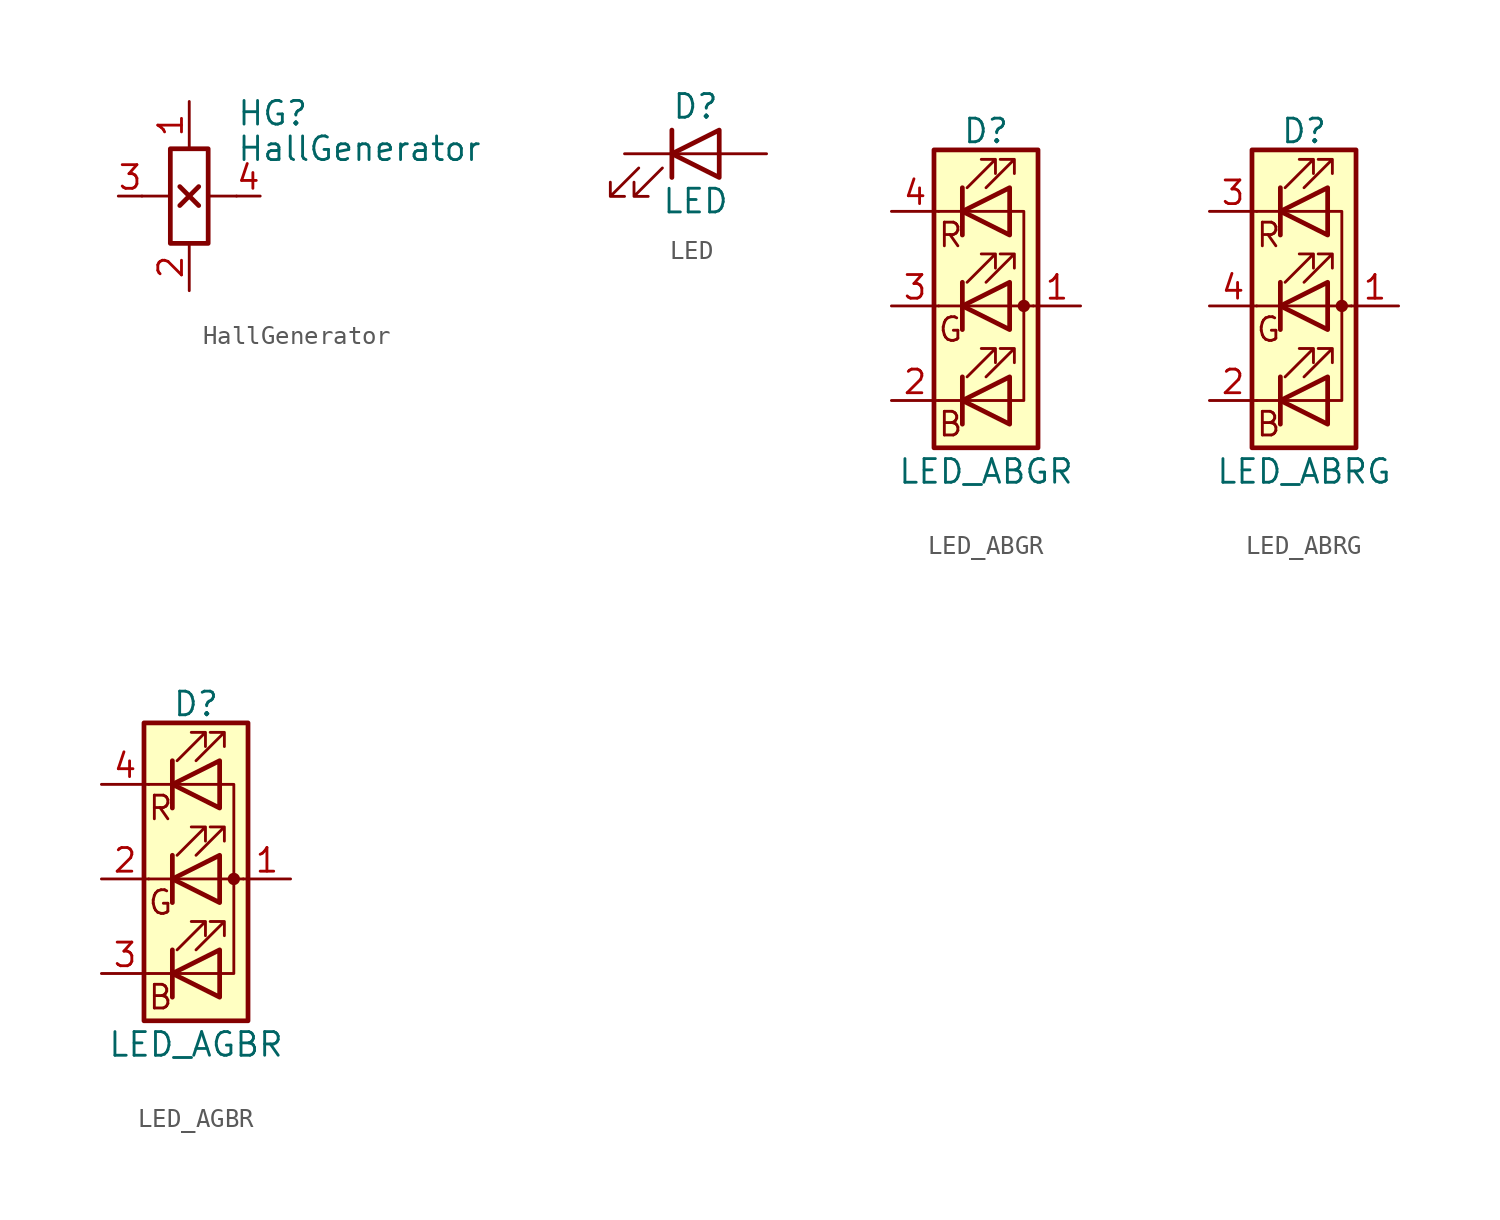
<source format=kicad_sym>
(kicad_symbol_lib
  (version 20201005)
  (generator kicad_symbol_editor)
  (symbol "HallGenerator"
    (pin_names
      (offset 0) hide)
    (property "Reference" "HG"
      (at 2.54 4.445 0)
      (effects (font (size 1.27 1.27)) (justify left)))
    (property "Value" "HallGenerator"
      (at 2.54 2.54 0)
      (effects (font (size 1.27 1.27)) (justify left)))
    (symbol "HallGenerator_0_1"
      (rectangle (start -1.016 2.54) (end 1.016 -2.54) (stroke (width 0.254)) (fill (type none)))
      (polyline (pts (xy -1.016 0) (xy -2.54 0)) (stroke (width 0)) (fill (type none)))
      (polyline (pts (xy -0.508 -0.508) (xy 0.508 0.508)) (stroke (width 0.254)) (fill (type none)))
      (polyline (pts (xy -0.508 0.508) (xy 0.508 -0.508)) (stroke (width 0.254)) (fill (type none)))
      (polyline (pts (xy 1.016 0) (xy 2.54 0)) (stroke (width 0)) (fill (type none))))
    (symbol "HallGenerator_1_1"
      (pin passive line (at 0 5.08 270) (length 2.54) (name "U1" (effects (font (size 1.27 1.27)))) (number "1" (effects (font (size 1.27 1.27)))))
      (pin passive line (at 0 -5.08 90) (length 2.54) (name "U2" (effects (font (size 1.27 1.27)))) (number "2" (effects (font (size 1.27 1.27)))))
      (pin passive line (at -3.81 0 0) (length 1.27) (name "UH1" (effects (font (size 1.27 1.27)))) (number "3" (effects (font (size 1.27 1.27)))))
      (pin passive line (at 3.81 0 180) (length 1.27) (name "UH2" (effects (font (size 1.27 1.27)))) (number "4" (effects (font (size 1.27 1.27)))))))
  (symbol "LED"
    (pin_numbers hide)
    (pin_names
      (offset 1.016) hide)
    (property "Reference" "D"
      (at 0 2.54 0)
      (effects (font (size 1.27 1.27))))
    (property "Value" "LED"
      (at 0 -2.54 0)
      (effects (font (size 1.27 1.27))))
    (symbol "LED_0_1"
      (polyline (pts (xy -1.27 -1.27) (xy -1.27 1.27)) (stroke (width 0.254)) (fill (type none)))
      (polyline (pts (xy -1.27 0) (xy 1.27 0)) (stroke (width 0)) (fill (type none)))
      (polyline (pts (xy 1.27 -1.27) (xy 1.27 1.27) (xy -1.27 0) (xy 1.27 -1.27)) (stroke (width 0.254)) (fill (type none)))
      (polyline (pts (xy -3.048 -0.762) (xy -4.572 -2.286) (xy -3.81 -2.286) (xy -4.572 -2.286) (xy -4.572 -1.524)) (stroke (width 0)) (fill (type none)))
      (polyline (pts (xy -1.778 -0.762) (xy -3.302 -2.286) (xy -2.54 -2.286) (xy -3.302 -2.286) (xy -3.302 -1.524)) (stroke (width 0)) (fill (type none))))
    (symbol "LED_1_1"
      (pin passive line (at -3.81 0 0) (length 2.54) (name "K" (effects (font (size 1.27 1.27)))) (number "1" (effects (font (size 1.27 1.27)))))
      (pin passive line (at 3.81 0 180) (length 2.54) (name "A" (effects (font (size 1.27 1.27)))) (number "2" (effects (font (size 1.27 1.27)))))))
  (symbol "LED_ABGR"
    (pin_names
      (offset 0) hide)
    (property "Reference" "D"
      (at 0 9.398 0)
      (effects (font (size 1.27 1.27))))
    (property "Value" "LED_ABGR"
      (at 0 -8.89 0)
      (effects (font (size 1.27 1.27))))
    (symbol "LED_ABGR_0_0"
      (text "B" (at -1.905 -6.35 0) (effects (font (size 1.27 1.27))))
      (text "G" (at -1.905 -1.27 0) (effects (font (size 1.27 1.27))))
      (text "R" (at -1.905 3.81 0) (effects (font (size 1.27 1.27)))))
    (symbol "LED_ABGR_0_1"
      (circle (center 2.032 0) (radius 0.254) (stroke (width 0)) (fill (type outline)))
      (rectangle (start 1.27 -1.27) (end 1.27 1.27) (stroke (width 0)) (fill (type none)))
      (rectangle (start 1.27 1.27) (end 1.27 1.27) (stroke (width 0)) (fill (type none)))
      (rectangle (start 1.27 3.81) (end 1.27 6.35) (stroke (width 0)) (fill (type none)))
      (rectangle (start 1.27 6.35) (end 1.27 6.35) (stroke (width 0)) (fill (type none)))
      (rectangle (start 2.794 8.382) (end -2.794 -7.62) (stroke (width 0.254)) (fill (type background)))
      (polyline (pts (xy -1.27 -5.08) (xy -2.54 -5.08)) (stroke (width 0)) (fill (type none)))
      (polyline (pts (xy -1.27 -5.08) (xy 1.27 -5.08)) (stroke (width 0)) (fill (type none)))
      (polyline (pts (xy -1.27 -3.81) (xy -1.27 -6.35)) (stroke (width 0.254)) (fill (type none)))
      (polyline (pts (xy -1.27 0) (xy -2.54 0)) (stroke (width 0)) (fill (type none)))
      (polyline (pts (xy -1.27 1.27) (xy -1.27 -1.27)) (stroke (width 0.254)) (fill (type none)))
      (polyline (pts (xy -1.27 5.08) (xy -2.54 5.08)) (stroke (width 0)) (fill (type none)))
      (polyline (pts (xy -1.27 5.08) (xy 1.27 5.08)) (stroke (width 0)) (fill (type none)))
      (polyline (pts (xy -1.27 6.35) (xy -1.27 3.81)) (stroke (width 0.254)) (fill (type none)))
      (polyline (pts (xy 1.27 0) (xy -1.27 0)) (stroke (width 0)) (fill (type none)))
      (polyline (pts (xy 1.27 0) (xy 2.54 0)) (stroke (width 0)) (fill (type none)))
      (polyline (pts (xy -1.27 1.27) (xy -1.27 -1.27) (xy -1.27 -1.27)) (stroke (width 0)) (fill (type none)))
      (polyline (pts (xy -1.27 6.35) (xy -1.27 3.81) (xy -1.27 3.81)) (stroke (width 0)) (fill (type none)))
      (polyline (pts (xy 1.27 -5.08) (xy 2.032 -5.08) (xy 2.032 5.08) (xy 1.27 5.08)) (stroke (width 0)) (fill (type none)))
      (polyline (pts (xy 1.27 -3.81) (xy 1.27 -6.35) (xy -1.27 -5.08) (xy 1.27 -3.81)) (stroke (width 0.254)) (fill (type none)))
      (polyline (pts (xy 1.27 1.27) (xy 1.27 -1.27) (xy -1.27 0) (xy 1.27 1.27)) (stroke (width 0.254)) (fill (type none)))
      (polyline (pts (xy 1.27 6.35) (xy 1.27 3.81) (xy -1.27 5.08) (xy 1.27 6.35)) (stroke (width 0.254)) (fill (type none)))
      (polyline (pts (xy -1.016 -3.81) (xy 0.508 -2.286) (xy -0.254 -2.286) (xy 0.508 -2.286) (xy 0.508 -3.048)) (stroke (width 0)) (fill (type none)))
      (polyline (pts (xy -1.016 1.27) (xy 0.508 2.794) (xy -0.254 2.794) (xy 0.508 2.794) (xy 0.508 2.032)) (stroke (width 0)) (fill (type none)))
      (polyline (pts (xy -1.016 6.35) (xy 0.508 7.874) (xy -0.254 7.874) (xy 0.508 7.874) (xy 0.508 7.112)) (stroke (width 0)) (fill (type none)))
      (polyline (pts (xy 0 -3.81) (xy 1.524 -2.286) (xy 0.762 -2.286) (xy 1.524 -2.286) (xy 1.524 -3.048)) (stroke (width 0)) (fill (type none)))
      (polyline (pts (xy 0 1.27) (xy 1.524 2.794) (xy 0.762 2.794) (xy 1.524 2.794) (xy 1.524 2.032)) (stroke (width 0)) (fill (type none)))
      (polyline (pts (xy 0 6.35) (xy 1.524 7.874) (xy 0.762 7.874) (xy 1.524 7.874) (xy 1.524 7.112)) (stroke (width 0)) (fill (type none))))
    (symbol "LED_ABGR_1_1"
      (pin passive line (at 5.08 0 180) (length 2.54) (name "A" (effects (font (size 1.27 1.27)))) (number "1" (effects (font (size 1.27 1.27)))))
      (pin passive line (at -5.08 -5.08 0) (length 2.54) (name "BK" (effects (font (size 1.27 1.27)))) (number "2" (effects (font (size 1.27 1.27)))))
      (pin passive line (at -5.08 0 0) (length 2.54) (name "GK" (effects (font (size 1.27 1.27)))) (number "3" (effects (font (size 1.27 1.27)))))
      (pin passive line (at -5.08 5.08 0) (length 2.54) (name "RK" (effects (font (size 1.27 1.27)))) (number "4" (effects (font (size 1.27 1.27)))))))
  (symbol "LED_ABRG"
    (pin_names
      (offset 0) hide)
    (property "Reference" "D"
      (at 0 9.398 0)
      (effects (font (size 1.27 1.27))))
    (property "Value" "LED_ABRG"
      (at 0 -8.89 0)
      (effects (font (size 1.27 1.27))))
    (symbol "LED_ABRG_0_0"
      (text "B" (at -1.905 -6.35 0) (effects (font (size 1.27 1.27))))
      (text "G" (at -1.905 -1.27 0) (effects (font (size 1.27 1.27))))
      (text "R" (at -1.905 3.81 0) (effects (font (size 1.27 1.27)))))
    (symbol "LED_ABRG_0_1"
      (circle (center 2.032 0) (radius 0.254) (stroke (width 0)) (fill (type outline)))
      (rectangle (start 1.27 -1.27) (end 1.27 1.27) (stroke (width 0)) (fill (type none)))
      (rectangle (start 1.27 1.27) (end 1.27 1.27) (stroke (width 0)) (fill (type none)))
      (rectangle (start 1.27 3.81) (end 1.27 6.35) (stroke (width 0)) (fill (type none)))
      (rectangle (start 1.27 6.35) (end 1.27 6.35) (stroke (width 0)) (fill (type none)))
      (rectangle (start 2.794 8.382) (end -2.794 -7.62) (stroke (width 0.254)) (fill (type background)))
      (polyline (pts (xy -1.27 -5.08) (xy -2.54 -5.08)) (stroke (width 0)) (fill (type none)))
      (polyline (pts (xy -1.27 -5.08) (xy 1.27 -5.08)) (stroke (width 0)) (fill (type none)))
      (polyline (pts (xy -1.27 -3.81) (xy -1.27 -6.35)) (stroke (width 0.254)) (fill (type none)))
      (polyline (pts (xy -1.27 0) (xy -2.54 0)) (stroke (width 0)) (fill (type none)))
      (polyline (pts (xy -1.27 1.27) (xy -1.27 -1.27)) (stroke (width 0.254)) (fill (type none)))
      (polyline (pts (xy -1.27 5.08) (xy -2.54 5.08)) (stroke (width 0)) (fill (type none)))
      (polyline (pts (xy -1.27 5.08) (xy 1.27 5.08)) (stroke (width 0)) (fill (type none)))
      (polyline (pts (xy -1.27 6.35) (xy -1.27 3.81)) (stroke (width 0.254)) (fill (type none)))
      (polyline (pts (xy 1.27 0) (xy -1.27 0)) (stroke (width 0)) (fill (type none)))
      (polyline (pts (xy 1.27 0) (xy 2.54 0)) (stroke (width 0)) (fill (type none)))
      (polyline (pts (xy -1.27 1.27) (xy -1.27 -1.27) (xy -1.27 -1.27)) (stroke (width 0)) (fill (type none)))
      (polyline (pts (xy -1.27 6.35) (xy -1.27 3.81) (xy -1.27 3.81)) (stroke (width 0)) (fill (type none)))
      (polyline (pts (xy 1.27 -5.08) (xy 2.032 -5.08) (xy 2.032 5.08) (xy 1.27 5.08)) (stroke (width 0)) (fill (type none)))
      (polyline (pts (xy 1.27 -3.81) (xy 1.27 -6.35) (xy -1.27 -5.08) (xy 1.27 -3.81)) (stroke (width 0.254)) (fill (type none)))
      (polyline (pts (xy 1.27 1.27) (xy 1.27 -1.27) (xy -1.27 0) (xy 1.27 1.27)) (stroke (width 0.254)) (fill (type none)))
      (polyline (pts (xy 1.27 6.35) (xy 1.27 3.81) (xy -1.27 5.08) (xy 1.27 6.35)) (stroke (width 0.254)) (fill (type none)))
      (polyline (pts (xy -1.016 -3.81) (xy 0.508 -2.286) (xy -0.254 -2.286) (xy 0.508 -2.286) (xy 0.508 -3.048)) (stroke (width 0)) (fill (type none)))
      (polyline (pts (xy -1.016 1.27) (xy 0.508 2.794) (xy -0.254 2.794) (xy 0.508 2.794) (xy 0.508 2.032)) (stroke (width 0)) (fill (type none)))
      (polyline (pts (xy -1.016 6.35) (xy 0.508 7.874) (xy -0.254 7.874) (xy 0.508 7.874) (xy 0.508 7.112)) (stroke (width 0)) (fill (type none)))
      (polyline (pts (xy 0 -3.81) (xy 1.524 -2.286) (xy 0.762 -2.286) (xy 1.524 -2.286) (xy 1.524 -3.048)) (stroke (width 0)) (fill (type none)))
      (polyline (pts (xy 0 1.27) (xy 1.524 2.794) (xy 0.762 2.794) (xy 1.524 2.794) (xy 1.524 2.032)) (stroke (width 0)) (fill (type none)))
      (polyline (pts (xy 0 6.35) (xy 1.524 7.874) (xy 0.762 7.874) (xy 1.524 7.874) (xy 1.524 7.112)) (stroke (width 0)) (fill (type none))))
    (symbol "LED_ABRG_1_1"
      (pin passive line (at 5.08 0 180) (length 2.54) (name "A" (effects (font (size 1.27 1.27)))) (number "1" (effects (font (size 1.27 1.27)))))
      (pin passive line (at -5.08 -5.08 0) (length 2.54) (name "BK" (effects (font (size 1.27 1.27)))) (number "2" (effects (font (size 1.27 1.27)))))
      (pin passive line (at -5.08 5.08 0) (length 2.54) (name "RK" (effects (font (size 1.27 1.27)))) (number "3" (effects (font (size 1.27 1.27)))))
      (pin passive line (at -5.08 0 0) (length 2.54) (name "GK" (effects (font (size 1.27 1.27)))) (number "4" (effects (font (size 1.27 1.27)))))))
  (symbol "LED_AGBR"
    (pin_names
      (offset 0) hide)
    (property "Reference" "D"
      (at 0 9.398 0)
      (effects (font (size 1.27 1.27))))
    (property "Value" "LED_AGBR"
      (at 0 -8.89 0)
      (effects (font (size 1.27 1.27))))
    (symbol "LED_AGBR_0_0"
      (text "B" (at -1.905 -6.35 0) (effects (font (size 1.27 1.27))))
      (text "G" (at -1.905 -1.27 0) (effects (font (size 1.27 1.27))))
      (text "R" (at -1.905 3.81 0) (effects (font (size 1.27 1.27)))))
    (symbol "LED_AGBR_0_1"
      (circle (center 2.032 0) (radius 0.254) (stroke (width 0)) (fill (type outline)))
      (rectangle (start 1.27 -1.27) (end 1.27 1.27) (stroke (width 0)) (fill (type none)))
      (rectangle (start 1.27 1.27) (end 1.27 1.27) (stroke (width 0)) (fill (type none)))
      (rectangle (start 1.27 3.81) (end 1.27 6.35) (stroke (width 0)) (fill (type none)))
      (rectangle (start 1.27 6.35) (end 1.27 6.35) (stroke (width 0)) (fill (type none)))
      (rectangle (start 2.794 8.382) (end -2.794 -7.62) (stroke (width 0.254)) (fill (type background)))
      (polyline (pts (xy -1.27 -5.08) (xy -2.54 -5.08)) (stroke (width 0)) (fill (type none)))
      (polyline (pts (xy -1.27 -5.08) (xy 1.27 -5.08)) (stroke (width 0)) (fill (type none)))
      (polyline (pts (xy -1.27 -3.81) (xy -1.27 -6.35)) (stroke (width 0.254)) (fill (type none)))
      (polyline (pts (xy -1.27 0) (xy -2.54 0)) (stroke (width 0)) (fill (type none)))
      (polyline (pts (xy -1.27 1.27) (xy -1.27 -1.27)) (stroke (width 0.254)) (fill (type none)))
      (polyline (pts (xy -1.27 5.08) (xy -2.54 5.08)) (stroke (width 0)) (fill (type none)))
      (polyline (pts (xy -1.27 5.08) (xy 1.27 5.08)) (stroke (width 0)) (fill (type none)))
      (polyline (pts (xy -1.27 6.35) (xy -1.27 3.81)) (stroke (width 0.254)) (fill (type none)))
      (polyline (pts (xy 1.27 0) (xy -1.27 0)) (stroke (width 0)) (fill (type none)))
      (polyline (pts (xy 1.27 0) (xy 2.54 0)) (stroke (width 0)) (fill (type none)))
      (polyline (pts (xy -1.27 1.27) (xy -1.27 -1.27) (xy -1.27 -1.27)) (stroke (width 0)) (fill (type none)))
      (polyline (pts (xy -1.27 6.35) (xy -1.27 3.81) (xy -1.27 3.81)) (stroke (width 0)) (fill (type none)))
      (polyline (pts (xy 1.27 -5.08) (xy 2.032 -5.08) (xy 2.032 5.08) (xy 1.27 5.08)) (stroke (width 0)) (fill (type none)))
      (polyline (pts (xy 1.27 -3.81) (xy 1.27 -6.35) (xy -1.27 -5.08) (xy 1.27 -3.81)) (stroke (width 0.254)) (fill (type none)))
      (polyline (pts (xy 1.27 1.27) (xy 1.27 -1.27) (xy -1.27 0) (xy 1.27 1.27)) (stroke (width 0.254)) (fill (type none)))
      (polyline (pts (xy 1.27 6.35) (xy 1.27 3.81) (xy -1.27 5.08) (xy 1.27 6.35)) (stroke (width 0.254)) (fill (type none)))
      (polyline (pts (xy -1.016 -3.81) (xy 0.508 -2.286) (xy -0.254 -2.286) (xy 0.508 -2.286) (xy 0.508 -3.048)) (stroke (width 0)) (fill (type none)))
      (polyline (pts (xy -1.016 1.27) (xy 0.508 2.794) (xy -0.254 2.794) (xy 0.508 2.794) (xy 0.508 2.032)) (stroke (width 0)) (fill (type none)))
      (polyline (pts (xy -1.016 6.35) (xy 0.508 7.874) (xy -0.254 7.874) (xy 0.508 7.874) (xy 0.508 7.112)) (stroke (width 0)) (fill (type none)))
      (polyline (pts (xy 0 -3.81) (xy 1.524 -2.286) (xy 0.762 -2.286) (xy 1.524 -2.286) (xy 1.524 -3.048)) (stroke (width 0)) (fill (type none)))
      (polyline (pts (xy 0 1.27) (xy 1.524 2.794) (xy 0.762 2.794) (xy 1.524 2.794) (xy 1.524 2.032)) (stroke (width 0)) (fill (type none)))
      (polyline (pts (xy 0 6.35) (xy 1.524 7.874) (xy 0.762 7.874) (xy 1.524 7.874) (xy 1.524 7.112)) (stroke (width 0)) (fill (type none))))
    (symbol "LED_AGBR_1_1"
      (pin passive line (at 5.08 0 180) (length 2.54) (name "A" (effects (font (size 1.27 1.27)))) (number "1" (effects (font (size 1.27 1.27)))))
      (pin passive line (at -5.08 0 0) (length 2.54) (name "GK" (effects (font (size 1.27 1.27)))) (number "2" (effects (font (size 1.27 1.27)))))
      (pin passive line (at -5.08 -5.08 0) (length 2.54) (name "BK" (effects (font (size 1.27 1.27)))) (number "3" (effects (font (size 1.27 1.27)))))
      (pin passive line (at -5.08 5.08 0) (length 2.54) (name "RK" (effects (font (size 1.27 1.27)))) (number "4" (effects (font (size 1.27 1.27))))))))
</source>
